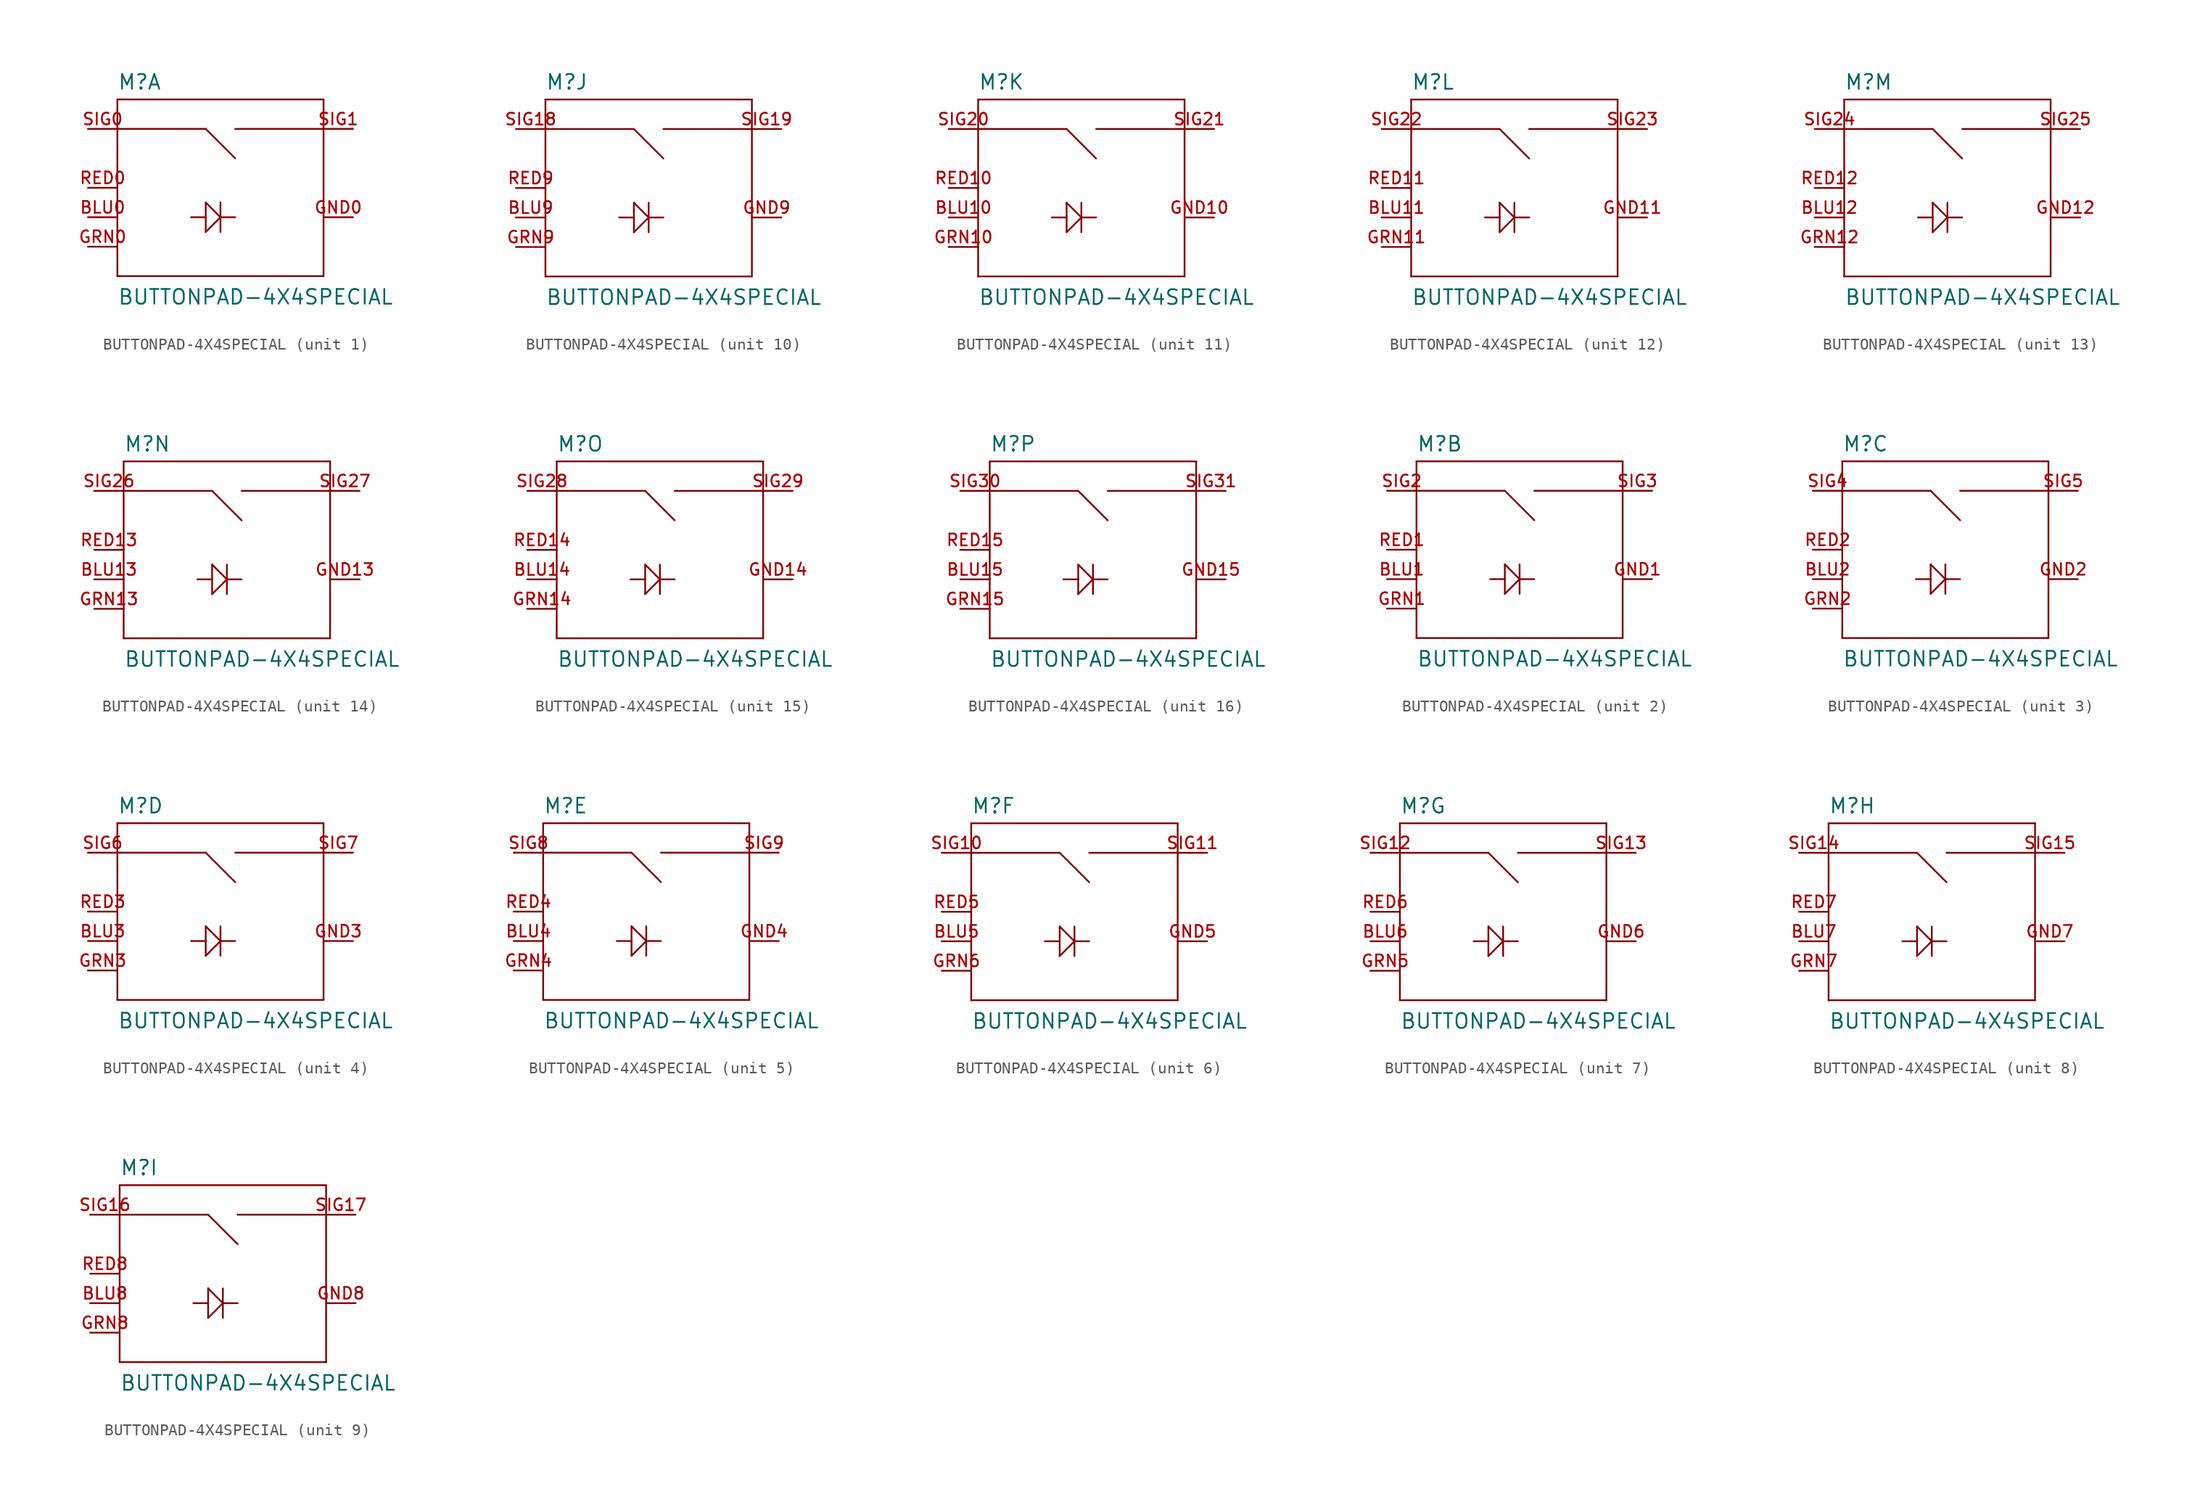
<source format=kicad_sym>
(kicad_symbol_lib
  (version 20220914)
  (generator kicad_symbol_editor)
  (symbol "BUTTONPAD-4X4SPECIAL"
    (pin_names
      (offset 1.016) hide)
    (property "Reference" "M"
      (at -7.62 8.382 0)
      (effects (font (size 1.27 1.27)) (justify left bottom)))
    (property "Value" "BUTTONPAD-4X4SPECIAL"
      (at -7.62 -10.16 0)
      (effects (font (size 1.27 1.27)) (justify left bottom)))
    (property "ki_locked" ""
      (at 0 0 0)
      (effects (font (size 1.27 1.27))))
    (symbol "BUTTONPAD-4X4SPECIAL_1_0"
      (polyline (pts (xy -7.62 -7.62) (xy -7.62 5.08)) (stroke (width 0) (type solid)) (fill (type none)))
      (polyline (pts (xy -7.62 5.08) (xy -7.62 7.62)) (stroke (width 0) (type solid)) (fill (type none)))
      (polyline (pts (xy -7.62 5.08) (xy 0 5.08)) (stroke (width 0) (type solid)) (fill (type none)))
      (polyline (pts (xy -7.62 7.62) (xy 10.16 7.62)) (stroke (width 0) (type solid)) (fill (type none)))
      (polyline (pts (xy 0 -3.81) (xy 1.27 -2.54)) (stroke (width 0) (type solid)) (fill (type none)))
      (polyline (pts (xy 0 -2.54) (xy -1.27 -2.54)) (stroke (width 0) (type solid)) (fill (type none)))
      (polyline (pts (xy 0 -2.54) (xy 0 -3.81)) (stroke (width 0) (type solid)) (fill (type none)))
      (polyline (pts (xy 0 -1.27) (xy 0 -2.54)) (stroke (width 0) (type solid)) (fill (type none)))
      (polyline (pts (xy 0 5.08) (xy 2.54 2.54)) (stroke (width 0) (type solid)) (fill (type none)))
      (polyline (pts (xy 1.27 -2.54) (xy 0 -1.27)) (stroke (width 0) (type solid)) (fill (type none)))
      (polyline (pts (xy 1.27 -2.54) (xy 1.27 -3.81)) (stroke (width 0) (type solid)) (fill (type none)))
      (polyline (pts (xy 1.27 -2.54) (xy 2.54 -2.54)) (stroke (width 0) (type solid)) (fill (type none)))
      (polyline (pts (xy 1.27 -1.27) (xy 1.27 -2.54)) (stroke (width 0) (type solid)) (fill (type none)))
      (polyline (pts (xy 2.54 5.08) (xy 10.16 5.08)) (stroke (width 0) (type solid)) (fill (type none)))
      (polyline (pts (xy 10.16 -7.62) (xy -7.62 -7.62)) (stroke (width 0) (type solid)) (fill (type none)))
      (polyline (pts (xy 10.16 5.08) (xy 10.16 -7.62)) (stroke (width 0) (type solid)) (fill (type none)))
      (polyline (pts (xy 10.16 7.62) (xy 10.16 5.08)) (stroke (width 0) (type solid)) (fill (type none))))
    (symbol "BUTTONPAD-4X4SPECIAL_1_1"
      (pin bidirectional line (at -10.16 -2.54 0) (length 2.54) (name "BLU" (effects (font (size 1.016 1.016)))) (number "BLU0" (effects (font (size 1.016 1.016)))))
      (pin bidirectional line (at 12.7 -2.54 180) (length 2.54) (name "GND" (effects (font (size 1.016 1.016)))) (number "GND0" (effects (font (size 1.016 1.016)))))
      (pin bidirectional line (at -10.16 -5.08 0) (length 2.54) (name "GRN" (effects (font (size 1.016 1.016)))) (number "GRN0" (effects (font (size 1.016 1.016)))))
      (pin bidirectional line (at -10.16 0 0) (length 2.54) (name "RED" (effects (font (size 1.016 1.016)))) (number "RED0" (effects (font (size 1.016 1.016)))))
      (pin bidirectional line (at -10.16 5.08 0) (length 2.54) (name "SIG1" (effects (font (size 1.016 1.016)))) (number "SIG0" (effects (font (size 1.016 1.016)))))
      (pin bidirectional line (at 12.7 5.08 180) (length 2.54) (name "SIG2" (effects (font (size 1.016 1.016)))) (number "SIG1" (effects (font (size 1.016 1.016))))))
    (symbol "BUTTONPAD-4X4SPECIAL_2_0"
      (polyline (pts (xy -7.62 -7.62) (xy -7.62 5.08)) (stroke (width 0) (type solid)) (fill (type none)))
      (polyline (pts (xy -7.62 5.08) (xy -7.62 7.62)) (stroke (width 0) (type solid)) (fill (type none)))
      (polyline (pts (xy -7.62 5.08) (xy 0 5.08)) (stroke (width 0) (type solid)) (fill (type none)))
      (polyline (pts (xy -7.62 7.62) (xy 10.16 7.62)) (stroke (width 0) (type solid)) (fill (type none)))
      (polyline (pts (xy 0 -3.81) (xy 1.27 -2.54)) (stroke (width 0) (type solid)) (fill (type none)))
      (polyline (pts (xy 0 -2.54) (xy -1.27 -2.54)) (stroke (width 0) (type solid)) (fill (type none)))
      (polyline (pts (xy 0 -2.54) (xy 0 -3.81)) (stroke (width 0) (type solid)) (fill (type none)))
      (polyline (pts (xy 0 -1.27) (xy 0 -2.54)) (stroke (width 0) (type solid)) (fill (type none)))
      (polyline (pts (xy 0 5.08) (xy 2.54 2.54)) (stroke (width 0) (type solid)) (fill (type none)))
      (polyline (pts (xy 1.27 -2.54) (xy 0 -1.27)) (stroke (width 0) (type solid)) (fill (type none)))
      (polyline (pts (xy 1.27 -2.54) (xy 1.27 -3.81)) (stroke (width 0) (type solid)) (fill (type none)))
      (polyline (pts (xy 1.27 -2.54) (xy 2.54 -2.54)) (stroke (width 0) (type solid)) (fill (type none)))
      (polyline (pts (xy 1.27 -1.27) (xy 1.27 -2.54)) (stroke (width 0) (type solid)) (fill (type none)))
      (polyline (pts (xy 2.54 5.08) (xy 10.16 5.08)) (stroke (width 0) (type solid)) (fill (type none)))
      (polyline (pts (xy 10.16 -7.62) (xy -7.62 -7.62)) (stroke (width 0) (type solid)) (fill (type none)))
      (polyline (pts (xy 10.16 5.08) (xy 10.16 -7.62)) (stroke (width 0) (type solid)) (fill (type none)))
      (polyline (pts (xy 10.16 7.62) (xy 10.16 5.08)) (stroke (width 0) (type solid)) (fill (type none))))
    (symbol "BUTTONPAD-4X4SPECIAL_2_1"
      (pin bidirectional line (at -10.16 -2.54 0) (length 2.54) (name "BLU" (effects (font (size 1.016 1.016)))) (number "BLU1" (effects (font (size 1.016 1.016)))))
      (pin bidirectional line (at 12.7 -2.54 180) (length 2.54) (name "GND" (effects (font (size 1.016 1.016)))) (number "GND1" (effects (font (size 1.016 1.016)))))
      (pin bidirectional line (at -10.16 -5.08 0) (length 2.54) (name "GRN" (effects (font (size 1.016 1.016)))) (number "GRN1" (effects (font (size 1.016 1.016)))))
      (pin bidirectional line (at -10.16 0 0) (length 2.54) (name "RED" (effects (font (size 1.016 1.016)))) (number "RED1" (effects (font (size 1.016 1.016)))))
      (pin bidirectional line (at -10.16 5.08 0) (length 2.54) (name "SIG1" (effects (font (size 1.016 1.016)))) (number "SIG2" (effects (font (size 1.016 1.016)))))
      (pin bidirectional line (at 12.7 5.08 180) (length 2.54) (name "SIG2" (effects (font (size 1.016 1.016)))) (number "SIG3" (effects (font (size 1.016 1.016))))))
    (symbol "BUTTONPAD-4X4SPECIAL_3_0"
      (polyline (pts (xy -7.62 -7.62) (xy -7.62 5.08)) (stroke (width 0) (type solid)) (fill (type none)))
      (polyline (pts (xy -7.62 5.08) (xy -7.62 7.62)) (stroke (width 0) (type solid)) (fill (type none)))
      (polyline (pts (xy -7.62 5.08) (xy 0 5.08)) (stroke (width 0) (type solid)) (fill (type none)))
      (polyline (pts (xy -7.62 7.62) (xy 10.16 7.62)) (stroke (width 0) (type solid)) (fill (type none)))
      (polyline (pts (xy 0 -3.81) (xy 1.27 -2.54)) (stroke (width 0) (type solid)) (fill (type none)))
      (polyline (pts (xy 0 -2.54) (xy -1.27 -2.54)) (stroke (width 0) (type solid)) (fill (type none)))
      (polyline (pts (xy 0 -2.54) (xy 0 -3.81)) (stroke (width 0) (type solid)) (fill (type none)))
      (polyline (pts (xy 0 -1.27) (xy 0 -2.54)) (stroke (width 0) (type solid)) (fill (type none)))
      (polyline (pts (xy 0 5.08) (xy 2.54 2.54)) (stroke (width 0) (type solid)) (fill (type none)))
      (polyline (pts (xy 1.27 -2.54) (xy 0 -1.27)) (stroke (width 0) (type solid)) (fill (type none)))
      (polyline (pts (xy 1.27 -2.54) (xy 1.27 -3.81)) (stroke (width 0) (type solid)) (fill (type none)))
      (polyline (pts (xy 1.27 -2.54) (xy 2.54 -2.54)) (stroke (width 0) (type solid)) (fill (type none)))
      (polyline (pts (xy 1.27 -1.27) (xy 1.27 -2.54)) (stroke (width 0) (type solid)) (fill (type none)))
      (polyline (pts (xy 2.54 5.08) (xy 10.16 5.08)) (stroke (width 0) (type solid)) (fill (type none)))
      (polyline (pts (xy 10.16 -7.62) (xy -7.62 -7.62)) (stroke (width 0) (type solid)) (fill (type none)))
      (polyline (pts (xy 10.16 5.08) (xy 10.16 -7.62)) (stroke (width 0) (type solid)) (fill (type none)))
      (polyline (pts (xy 10.16 7.62) (xy 10.16 5.08)) (stroke (width 0) (type solid)) (fill (type none))))
    (symbol "BUTTONPAD-4X4SPECIAL_3_1"
      (pin bidirectional line (at -10.16 -2.54 0) (length 2.54) (name "BLU" (effects (font (size 1.016 1.016)))) (number "BLU2" (effects (font (size 1.016 1.016)))))
      (pin bidirectional line (at 12.7 -2.54 180) (length 2.54) (name "GND" (effects (font (size 1.016 1.016)))) (number "GND2" (effects (font (size 1.016 1.016)))))
      (pin bidirectional line (at -10.16 -5.08 0) (length 2.54) (name "GRN" (effects (font (size 1.016 1.016)))) (number "GRN2" (effects (font (size 1.016 1.016)))))
      (pin bidirectional line (at -10.16 0 0) (length 2.54) (name "RED" (effects (font (size 1.016 1.016)))) (number "RED2" (effects (font (size 1.016 1.016)))))
      (pin bidirectional line (at -10.16 5.08 0) (length 2.54) (name "SIG1" (effects (font (size 1.016 1.016)))) (number "SIG4" (effects (font (size 1.016 1.016)))))
      (pin bidirectional line (at 12.7 5.08 180) (length 2.54) (name "SIG2" (effects (font (size 1.016 1.016)))) (number "SIG5" (effects (font (size 1.016 1.016))))))
    (symbol "BUTTONPAD-4X4SPECIAL_4_0"
      (polyline (pts (xy -7.62 -7.62) (xy -7.62 5.08)) (stroke (width 0) (type solid)) (fill (type none)))
      (polyline (pts (xy -7.62 5.08) (xy -7.62 7.62)) (stroke (width 0) (type solid)) (fill (type none)))
      (polyline (pts (xy -7.62 5.08) (xy 0 5.08)) (stroke (width 0) (type solid)) (fill (type none)))
      (polyline (pts (xy -7.62 7.62) (xy 10.16 7.62)) (stroke (width 0) (type solid)) (fill (type none)))
      (polyline (pts (xy 0 -3.81) (xy 1.27 -2.54)) (stroke (width 0) (type solid)) (fill (type none)))
      (polyline (pts (xy 0 -2.54) (xy -1.27 -2.54)) (stroke (width 0) (type solid)) (fill (type none)))
      (polyline (pts (xy 0 -2.54) (xy 0 -3.81)) (stroke (width 0) (type solid)) (fill (type none)))
      (polyline (pts (xy 0 -1.27) (xy 0 -2.54)) (stroke (width 0) (type solid)) (fill (type none)))
      (polyline (pts (xy 0 5.08) (xy 2.54 2.54)) (stroke (width 0) (type solid)) (fill (type none)))
      (polyline (pts (xy 1.27 -2.54) (xy 0 -1.27)) (stroke (width 0) (type solid)) (fill (type none)))
      (polyline (pts (xy 1.27 -2.54) (xy 1.27 -3.81)) (stroke (width 0) (type solid)) (fill (type none)))
      (polyline (pts (xy 1.27 -2.54) (xy 2.54 -2.54)) (stroke (width 0) (type solid)) (fill (type none)))
      (polyline (pts (xy 1.27 -1.27) (xy 1.27 -2.54)) (stroke (width 0) (type solid)) (fill (type none)))
      (polyline (pts (xy 2.54 5.08) (xy 10.16 5.08)) (stroke (width 0) (type solid)) (fill (type none)))
      (polyline (pts (xy 10.16 -7.62) (xy -7.62 -7.62)) (stroke (width 0) (type solid)) (fill (type none)))
      (polyline (pts (xy 10.16 5.08) (xy 10.16 -7.62)) (stroke (width 0) (type solid)) (fill (type none)))
      (polyline (pts (xy 10.16 7.62) (xy 10.16 5.08)) (stroke (width 0) (type solid)) (fill (type none))))
    (symbol "BUTTONPAD-4X4SPECIAL_4_1"
      (pin bidirectional line (at -10.16 -2.54 0) (length 2.54) (name "BLU" (effects (font (size 1.016 1.016)))) (number "BLU3" (effects (font (size 1.016 1.016)))))
      (pin bidirectional line (at 12.7 -2.54 180) (length 2.54) (name "GND" (effects (font (size 1.016 1.016)))) (number "GND3" (effects (font (size 1.016 1.016)))))
      (pin bidirectional line (at -10.16 -5.08 0) (length 2.54) (name "GRN" (effects (font (size 1.016 1.016)))) (number "GRN3" (effects (font (size 1.016 1.016)))))
      (pin bidirectional line (at -10.16 0 0) (length 2.54) (name "RED" (effects (font (size 1.016 1.016)))) (number "RED3" (effects (font (size 1.016 1.016)))))
      (pin bidirectional line (at -10.16 5.08 0) (length 2.54) (name "SIG1" (effects (font (size 1.016 1.016)))) (number "SIG6" (effects (font (size 1.016 1.016)))))
      (pin bidirectional line (at 12.7 5.08 180) (length 2.54) (name "SIG2" (effects (font (size 1.016 1.016)))) (number "SIG7" (effects (font (size 1.016 1.016))))))
    (symbol "BUTTONPAD-4X4SPECIAL_5_0"
      (polyline (pts (xy -7.62 -7.62) (xy -7.62 5.08)) (stroke (width 0) (type solid)) (fill (type none)))
      (polyline (pts (xy -7.62 5.08) (xy -7.62 7.62)) (stroke (width 0) (type solid)) (fill (type none)))
      (polyline (pts (xy -7.62 5.08) (xy 0 5.08)) (stroke (width 0) (type solid)) (fill (type none)))
      (polyline (pts (xy -7.62 7.62) (xy 10.16 7.62)) (stroke (width 0) (type solid)) (fill (type none)))
      (polyline (pts (xy 0 -3.81) (xy 1.27 -2.54)) (stroke (width 0) (type solid)) (fill (type none)))
      (polyline (pts (xy 0 -2.54) (xy -1.27 -2.54)) (stroke (width 0) (type solid)) (fill (type none)))
      (polyline (pts (xy 0 -2.54) (xy 0 -3.81)) (stroke (width 0) (type solid)) (fill (type none)))
      (polyline (pts (xy 0 -1.27) (xy 0 -2.54)) (stroke (width 0) (type solid)) (fill (type none)))
      (polyline (pts (xy 0 5.08) (xy 2.54 2.54)) (stroke (width 0) (type solid)) (fill (type none)))
      (polyline (pts (xy 1.27 -2.54) (xy 0 -1.27)) (stroke (width 0) (type solid)) (fill (type none)))
      (polyline (pts (xy 1.27 -2.54) (xy 1.27 -3.81)) (stroke (width 0) (type solid)) (fill (type none)))
      (polyline (pts (xy 1.27 -2.54) (xy 2.54 -2.54)) (stroke (width 0) (type solid)) (fill (type none)))
      (polyline (pts (xy 1.27 -1.27) (xy 1.27 -2.54)) (stroke (width 0) (type solid)) (fill (type none)))
      (polyline (pts (xy 2.54 5.08) (xy 10.16 5.08)) (stroke (width 0) (type solid)) (fill (type none)))
      (polyline (pts (xy 10.16 -7.62) (xy -7.62 -7.62)) (stroke (width 0) (type solid)) (fill (type none)))
      (polyline (pts (xy 10.16 5.08) (xy 10.16 -7.62)) (stroke (width 0) (type solid)) (fill (type none)))
      (polyline (pts (xy 10.16 7.62) (xy 10.16 5.08)) (stroke (width 0) (type solid)) (fill (type none))))
    (symbol "BUTTONPAD-4X4SPECIAL_5_1"
      (pin bidirectional line (at -10.16 -2.54 0) (length 2.54) (name "BLU" (effects (font (size 1.016 1.016)))) (number "BLU4" (effects (font (size 1.016 1.016)))))
      (pin bidirectional line (at 12.7 -2.54 180) (length 2.54) (name "GND" (effects (font (size 1.016 1.016)))) (number "GND4" (effects (font (size 1.016 1.016)))))
      (pin bidirectional line (at -10.16 -5.08 0) (length 2.54) (name "GRN" (effects (font (size 1.016 1.016)))) (number "GRN4" (effects (font (size 1.016 1.016)))))
      (pin bidirectional line (at -10.16 0 0) (length 2.54) (name "RED" (effects (font (size 1.016 1.016)))) (number "RED4" (effects (font (size 1.016 1.016)))))
      (pin bidirectional line (at -10.16 5.08 0) (length 2.54) (name "SIG1" (effects (font (size 1.016 1.016)))) (number "SIG8" (effects (font (size 1.016 1.016)))))
      (pin bidirectional line (at 12.7 5.08 180) (length 2.54) (name "SIG2" (effects (font (size 1.016 1.016)))) (number "SIG9" (effects (font (size 1.016 1.016))))))
    (symbol "BUTTONPAD-4X4SPECIAL_6_0"
      (polyline (pts (xy -7.62 -7.62) (xy -7.62 5.08)) (stroke (width 0) (type solid)) (fill (type none)))
      (polyline (pts (xy -7.62 5.08) (xy -7.62 7.62)) (stroke (width 0) (type solid)) (fill (type none)))
      (polyline (pts (xy -7.62 5.08) (xy 0 5.08)) (stroke (width 0) (type solid)) (fill (type none)))
      (polyline (pts (xy -7.62 7.62) (xy 10.16 7.62)) (stroke (width 0) (type solid)) (fill (type none)))
      (polyline (pts (xy 0 -3.81) (xy 1.27 -2.54)) (stroke (width 0) (type solid)) (fill (type none)))
      (polyline (pts (xy 0 -2.54) (xy -1.27 -2.54)) (stroke (width 0) (type solid)) (fill (type none)))
      (polyline (pts (xy 0 -2.54) (xy 0 -3.81)) (stroke (width 0) (type solid)) (fill (type none)))
      (polyline (pts (xy 0 -1.27) (xy 0 -2.54)) (stroke (width 0) (type solid)) (fill (type none)))
      (polyline (pts (xy 0 5.08) (xy 2.54 2.54)) (stroke (width 0) (type solid)) (fill (type none)))
      (polyline (pts (xy 1.27 -2.54) (xy 0 -1.27)) (stroke (width 0) (type solid)) (fill (type none)))
      (polyline (pts (xy 1.27 -2.54) (xy 1.27 -3.81)) (stroke (width 0) (type solid)) (fill (type none)))
      (polyline (pts (xy 1.27 -2.54) (xy 2.54 -2.54)) (stroke (width 0) (type solid)) (fill (type none)))
      (polyline (pts (xy 1.27 -1.27) (xy 1.27 -2.54)) (stroke (width 0) (type solid)) (fill (type none)))
      (polyline (pts (xy 2.54 5.08) (xy 10.16 5.08)) (stroke (width 0) (type solid)) (fill (type none)))
      (polyline (pts (xy 10.16 -7.62) (xy -7.62 -7.62)) (stroke (width 0) (type solid)) (fill (type none)))
      (polyline (pts (xy 10.16 5.08) (xy 10.16 -7.62)) (stroke (width 0) (type solid)) (fill (type none)))
      (polyline (pts (xy 10.16 7.62) (xy 10.16 5.08)) (stroke (width 0) (type solid)) (fill (type none))))
    (symbol "BUTTONPAD-4X4SPECIAL_6_1"
      (pin bidirectional line (at -10.16 -2.54 0) (length 2.54) (name "BLU" (effects (font (size 1.016 1.016)))) (number "BLU5" (effects (font (size 1.016 1.016)))))
      (pin bidirectional line (at 12.7 -2.54 180) (length 2.54) (name "GND" (effects (font (size 1.016 1.016)))) (number "GND5" (effects (font (size 1.016 1.016)))))
      (pin bidirectional line (at -10.16 -5.08 0) (length 2.54) (name "GRN" (effects (font (size 1.016 1.016)))) (number "GRN6" (effects (font (size 1.016 1.016)))))
      (pin bidirectional line (at -10.16 0 0) (length 2.54) (name "RED" (effects (font (size 1.016 1.016)))) (number "RED5" (effects (font (size 1.016 1.016)))))
      (pin bidirectional line (at -10.16 5.08 0) (length 2.54) (name "SIG1" (effects (font (size 1.016 1.016)))) (number "SIG10" (effects (font (size 1.016 1.016)))))
      (pin bidirectional line (at 12.7 5.08 180) (length 2.54) (name "SIG2" (effects (font (size 1.016 1.016)))) (number "SIG11" (effects (font (size 1.016 1.016))))))
    (symbol "BUTTONPAD-4X4SPECIAL_7_0"
      (polyline (pts (xy -7.62 -7.62) (xy -7.62 5.08)) (stroke (width 0) (type solid)) (fill (type none)))
      (polyline (pts (xy -7.62 5.08) (xy -7.62 7.62)) (stroke (width 0) (type solid)) (fill (type none)))
      (polyline (pts (xy -7.62 5.08) (xy 0 5.08)) (stroke (width 0) (type solid)) (fill (type none)))
      (polyline (pts (xy -7.62 7.62) (xy 10.16 7.62)) (stroke (width 0) (type solid)) (fill (type none)))
      (polyline (pts (xy 0 -3.81) (xy 1.27 -2.54)) (stroke (width 0) (type solid)) (fill (type none)))
      (polyline (pts (xy 0 -2.54) (xy -1.27 -2.54)) (stroke (width 0) (type solid)) (fill (type none)))
      (polyline (pts (xy 0 -2.54) (xy 0 -3.81)) (stroke (width 0) (type solid)) (fill (type none)))
      (polyline (pts (xy 0 -1.27) (xy 0 -2.54)) (stroke (width 0) (type solid)) (fill (type none)))
      (polyline (pts (xy 0 5.08) (xy 2.54 2.54)) (stroke (width 0) (type solid)) (fill (type none)))
      (polyline (pts (xy 1.27 -2.54) (xy 0 -1.27)) (stroke (width 0) (type solid)) (fill (type none)))
      (polyline (pts (xy 1.27 -2.54) (xy 1.27 -3.81)) (stroke (width 0) (type solid)) (fill (type none)))
      (polyline (pts (xy 1.27 -2.54) (xy 2.54 -2.54)) (stroke (width 0) (type solid)) (fill (type none)))
      (polyline (pts (xy 1.27 -1.27) (xy 1.27 -2.54)) (stroke (width 0) (type solid)) (fill (type none)))
      (polyline (pts (xy 2.54 5.08) (xy 10.16 5.08)) (stroke (width 0) (type solid)) (fill (type none)))
      (polyline (pts (xy 10.16 -7.62) (xy -7.62 -7.62)) (stroke (width 0) (type solid)) (fill (type none)))
      (polyline (pts (xy 10.16 5.08) (xy 10.16 -7.62)) (stroke (width 0) (type solid)) (fill (type none)))
      (polyline (pts (xy 10.16 7.62) (xy 10.16 5.08)) (stroke (width 0) (type solid)) (fill (type none))))
    (symbol "BUTTONPAD-4X4SPECIAL_7_1"
      (pin bidirectional line (at -10.16 -2.54 0) (length 2.54) (name "BLU" (effects (font (size 1.016 1.016)))) (number "BLU6" (effects (font (size 1.016 1.016)))))
      (pin bidirectional line (at 12.7 -2.54 180) (length 2.54) (name "GND" (effects (font (size 1.016 1.016)))) (number "GND6" (effects (font (size 1.016 1.016)))))
      (pin bidirectional line (at -10.16 -5.08 0) (length 2.54) (name "GRN" (effects (font (size 1.016 1.016)))) (number "GRN5" (effects (font (size 1.016 1.016)))))
      (pin bidirectional line (at -10.16 0 0) (length 2.54) (name "RED" (effects (font (size 1.016 1.016)))) (number "RED6" (effects (font (size 1.016 1.016)))))
      (pin bidirectional line (at -10.16 5.08 0) (length 2.54) (name "SIG1" (effects (font (size 1.016 1.016)))) (number "SIG12" (effects (font (size 1.016 1.016)))))
      (pin bidirectional line (at 12.7 5.08 180) (length 2.54) (name "SIG2" (effects (font (size 1.016 1.016)))) (number "SIG13" (effects (font (size 1.016 1.016))))))
    (symbol "BUTTONPAD-4X4SPECIAL_8_0"
      (polyline (pts (xy -7.62 -7.62) (xy -7.62 5.08)) (stroke (width 0) (type solid)) (fill (type none)))
      (polyline (pts (xy -7.62 5.08) (xy -7.62 7.62)) (stroke (width 0) (type solid)) (fill (type none)))
      (polyline (pts (xy -7.62 5.08) (xy 0 5.08)) (stroke (width 0) (type solid)) (fill (type none)))
      (polyline (pts (xy -7.62 7.62) (xy 10.16 7.62)) (stroke (width 0) (type solid)) (fill (type none)))
      (polyline (pts (xy 0 -3.81) (xy 1.27 -2.54)) (stroke (width 0) (type solid)) (fill (type none)))
      (polyline (pts (xy 0 -2.54) (xy -1.27 -2.54)) (stroke (width 0) (type solid)) (fill (type none)))
      (polyline (pts (xy 0 -2.54) (xy 0 -3.81)) (stroke (width 0) (type solid)) (fill (type none)))
      (polyline (pts (xy 0 -1.27) (xy 0 -2.54)) (stroke (width 0) (type solid)) (fill (type none)))
      (polyline (pts (xy 0 5.08) (xy 2.54 2.54)) (stroke (width 0) (type solid)) (fill (type none)))
      (polyline (pts (xy 1.27 -2.54) (xy 0 -1.27)) (stroke (width 0) (type solid)) (fill (type none)))
      (polyline (pts (xy 1.27 -2.54) (xy 1.27 -3.81)) (stroke (width 0) (type solid)) (fill (type none)))
      (polyline (pts (xy 1.27 -2.54) (xy 2.54 -2.54)) (stroke (width 0) (type solid)) (fill (type none)))
      (polyline (pts (xy 1.27 -1.27) (xy 1.27 -2.54)) (stroke (width 0) (type solid)) (fill (type none)))
      (polyline (pts (xy 2.54 5.08) (xy 10.16 5.08)) (stroke (width 0) (type solid)) (fill (type none)))
      (polyline (pts (xy 10.16 -7.62) (xy -7.62 -7.62)) (stroke (width 0) (type solid)) (fill (type none)))
      (polyline (pts (xy 10.16 5.08) (xy 10.16 -7.62)) (stroke (width 0) (type solid)) (fill (type none)))
      (polyline (pts (xy 10.16 7.62) (xy 10.16 5.08)) (stroke (width 0) (type solid)) (fill (type none))))
    (symbol "BUTTONPAD-4X4SPECIAL_8_1"
      (pin bidirectional line (at -10.16 -2.54 0) (length 2.54) (name "BLU" (effects (font (size 1.016 1.016)))) (number "BLU7" (effects (font (size 1.016 1.016)))))
      (pin bidirectional line (at 12.7 -2.54 180) (length 2.54) (name "GND" (effects (font (size 1.016 1.016)))) (number "GND7" (effects (font (size 1.016 1.016)))))
      (pin bidirectional line (at -10.16 -5.08 0) (length 2.54) (name "GRN" (effects (font (size 1.016 1.016)))) (number "GRN7" (effects (font (size 1.016 1.016)))))
      (pin bidirectional line (at -10.16 0 0) (length 2.54) (name "RED" (effects (font (size 1.016 1.016)))) (number "RED7" (effects (font (size 1.016 1.016)))))
      (pin bidirectional line (at -10.16 5.08 0) (length 2.54) (name "SIG1" (effects (font (size 1.016 1.016)))) (number "SIG14" (effects (font (size 1.016 1.016)))))
      (pin bidirectional line (at 12.7 5.08 180) (length 2.54) (name "SIG2" (effects (font (size 1.016 1.016)))) (number "SIG15" (effects (font (size 1.016 1.016))))))
    (symbol "BUTTONPAD-4X4SPECIAL_9_0"
      (polyline (pts (xy -7.62 -7.62) (xy -7.62 5.08)) (stroke (width 0) (type solid)) (fill (type none)))
      (polyline (pts (xy -7.62 5.08) (xy -7.62 7.62)) (stroke (width 0) (type solid)) (fill (type none)))
      (polyline (pts (xy -7.62 5.08) (xy 0 5.08)) (stroke (width 0) (type solid)) (fill (type none)))
      (polyline (pts (xy -7.62 7.62) (xy 10.16 7.62)) (stroke (width 0) (type solid)) (fill (type none)))
      (polyline (pts (xy 0 -3.81) (xy 1.27 -2.54)) (stroke (width 0) (type solid)) (fill (type none)))
      (polyline (pts (xy 0 -2.54) (xy -1.27 -2.54)) (stroke (width 0) (type solid)) (fill (type none)))
      (polyline (pts (xy 0 -2.54) (xy 0 -3.81)) (stroke (width 0) (type solid)) (fill (type none)))
      (polyline (pts (xy 0 -1.27) (xy 0 -2.54)) (stroke (width 0) (type solid)) (fill (type none)))
      (polyline (pts (xy 0 5.08) (xy 2.54 2.54)) (stroke (width 0) (type solid)) (fill (type none)))
      (polyline (pts (xy 1.27 -2.54) (xy 0 -1.27)) (stroke (width 0) (type solid)) (fill (type none)))
      (polyline (pts (xy 1.27 -2.54) (xy 1.27 -3.81)) (stroke (width 0) (type solid)) (fill (type none)))
      (polyline (pts (xy 1.27 -2.54) (xy 2.54 -2.54)) (stroke (width 0) (type solid)) (fill (type none)))
      (polyline (pts (xy 1.27 -1.27) (xy 1.27 -2.54)) (stroke (width 0) (type solid)) (fill (type none)))
      (polyline (pts (xy 2.54 5.08) (xy 10.16 5.08)) (stroke (width 0) (type solid)) (fill (type none)))
      (polyline (pts (xy 10.16 -7.62) (xy -7.62 -7.62)) (stroke (width 0) (type solid)) (fill (type none)))
      (polyline (pts (xy 10.16 5.08) (xy 10.16 -7.62)) (stroke (width 0) (type solid)) (fill (type none)))
      (polyline (pts (xy 10.16 7.62) (xy 10.16 5.08)) (stroke (width 0) (type solid)) (fill (type none))))
    (symbol "BUTTONPAD-4X4SPECIAL_9_1"
      (pin bidirectional line (at -10.16 -2.54 0) (length 2.54) (name "BLU" (effects (font (size 1.016 1.016)))) (number "BLU8" (effects (font (size 1.016 1.016)))))
      (pin bidirectional line (at 12.7 -2.54 180) (length 2.54) (name "GND" (effects (font (size 1.016 1.016)))) (number "GND8" (effects (font (size 1.016 1.016)))))
      (pin bidirectional line (at -10.16 -5.08 0) (length 2.54) (name "GRN" (effects (font (size 1.016 1.016)))) (number "GRN8" (effects (font (size 1.016 1.016)))))
      (pin bidirectional line (at -10.16 0 0) (length 2.54) (name "RED" (effects (font (size 1.016 1.016)))) (number "RED8" (effects (font (size 1.016 1.016)))))
      (pin bidirectional line (at -10.16 5.08 0) (length 2.54) (name "SIG1" (effects (font (size 1.016 1.016)))) (number "SIG16" (effects (font (size 1.016 1.016)))))
      (pin bidirectional line (at 12.7 5.08 180) (length 2.54) (name "SIG2" (effects (font (size 1.016 1.016)))) (number "SIG17" (effects (font (size 1.016 1.016))))))
    (symbol "BUTTONPAD-4X4SPECIAL_10_0"
      (polyline (pts (xy -7.62 -7.62) (xy -7.62 5.08)) (stroke (width 0) (type solid)) (fill (type none)))
      (polyline (pts (xy -7.62 5.08) (xy -7.62 7.62)) (stroke (width 0) (type solid)) (fill (type none)))
      (polyline (pts (xy -7.62 5.08) (xy 0 5.08)) (stroke (width 0) (type solid)) (fill (type none)))
      (polyline (pts (xy -7.62 7.62) (xy 10.16 7.62)) (stroke (width 0) (type solid)) (fill (type none)))
      (polyline (pts (xy 0 -3.81) (xy 1.27 -2.54)) (stroke (width 0) (type solid)) (fill (type none)))
      (polyline (pts (xy 0 -2.54) (xy -1.27 -2.54)) (stroke (width 0) (type solid)) (fill (type none)))
      (polyline (pts (xy 0 -2.54) (xy 0 -3.81)) (stroke (width 0) (type solid)) (fill (type none)))
      (polyline (pts (xy 0 -1.27) (xy 0 -2.54)) (stroke (width 0) (type solid)) (fill (type none)))
      (polyline (pts (xy 0 5.08) (xy 2.54 2.54)) (stroke (width 0) (type solid)) (fill (type none)))
      (polyline (pts (xy 1.27 -2.54) (xy 0 -1.27)) (stroke (width 0) (type solid)) (fill (type none)))
      (polyline (pts (xy 1.27 -2.54) (xy 1.27 -3.81)) (stroke (width 0) (type solid)) (fill (type none)))
      (polyline (pts (xy 1.27 -2.54) (xy 2.54 -2.54)) (stroke (width 0) (type solid)) (fill (type none)))
      (polyline (pts (xy 1.27 -1.27) (xy 1.27 -2.54)) (stroke (width 0) (type solid)) (fill (type none)))
      (polyline (pts (xy 2.54 5.08) (xy 10.16 5.08)) (stroke (width 0) (type solid)) (fill (type none)))
      (polyline (pts (xy 10.16 -7.62) (xy -7.62 -7.62)) (stroke (width 0) (type solid)) (fill (type none)))
      (polyline (pts (xy 10.16 5.08) (xy 10.16 -7.62)) (stroke (width 0) (type solid)) (fill (type none)))
      (polyline (pts (xy 10.16 7.62) (xy 10.16 5.08)) (stroke (width 0) (type solid)) (fill (type none))))
    (symbol "BUTTONPAD-4X4SPECIAL_10_1"
      (pin bidirectional line (at -10.16 -2.54 0) (length 2.54) (name "BLU" (effects (font (size 1.016 1.016)))) (number "BLU9" (effects (font (size 1.016 1.016)))))
      (pin bidirectional line (at 12.7 -2.54 180) (length 2.54) (name "GND" (effects (font (size 1.016 1.016)))) (number "GND9" (effects (font (size 1.016 1.016)))))
      (pin bidirectional line (at -10.16 -5.08 0) (length 2.54) (name "GRN" (effects (font (size 1.016 1.016)))) (number "GRN9" (effects (font (size 1.016 1.016)))))
      (pin bidirectional line (at -10.16 0 0) (length 2.54) (name "RED" (effects (font (size 1.016 1.016)))) (number "RED9" (effects (font (size 1.016 1.016)))))
      (pin bidirectional line (at -10.16 5.08 0) (length 2.54) (name "SIG1" (effects (font (size 1.016 1.016)))) (number "SIG18" (effects (font (size 1.016 1.016)))))
      (pin bidirectional line (at 12.7 5.08 180) (length 2.54) (name "SIG2" (effects (font (size 1.016 1.016)))) (number "SIG19" (effects (font (size 1.016 1.016))))))
    (symbol "BUTTONPAD-4X4SPECIAL_11_0"
      (polyline (pts (xy -7.62 -7.62) (xy -7.62 5.08)) (stroke (width 0) (type solid)) (fill (type none)))
      (polyline (pts (xy -7.62 5.08) (xy -7.62 7.62)) (stroke (width 0) (type solid)) (fill (type none)))
      (polyline (pts (xy -7.62 5.08) (xy 0 5.08)) (stroke (width 0) (type solid)) (fill (type none)))
      (polyline (pts (xy -7.62 7.62) (xy 10.16 7.62)) (stroke (width 0) (type solid)) (fill (type none)))
      (polyline (pts (xy 0 -3.81) (xy 1.27 -2.54)) (stroke (width 0) (type solid)) (fill (type none)))
      (polyline (pts (xy 0 -2.54) (xy -1.27 -2.54)) (stroke (width 0) (type solid)) (fill (type none)))
      (polyline (pts (xy 0 -2.54) (xy 0 -3.81)) (stroke (width 0) (type solid)) (fill (type none)))
      (polyline (pts (xy 0 -1.27) (xy 0 -2.54)) (stroke (width 0) (type solid)) (fill (type none)))
      (polyline (pts (xy 0 5.08) (xy 2.54 2.54)) (stroke (width 0) (type solid)) (fill (type none)))
      (polyline (pts (xy 1.27 -2.54) (xy 0 -1.27)) (stroke (width 0) (type solid)) (fill (type none)))
      (polyline (pts (xy 1.27 -2.54) (xy 1.27 -3.81)) (stroke (width 0) (type solid)) (fill (type none)))
      (polyline (pts (xy 1.27 -2.54) (xy 2.54 -2.54)) (stroke (width 0) (type solid)) (fill (type none)))
      (polyline (pts (xy 1.27 -1.27) (xy 1.27 -2.54)) (stroke (width 0) (type solid)) (fill (type none)))
      (polyline (pts (xy 2.54 5.08) (xy 10.16 5.08)) (stroke (width 0) (type solid)) (fill (type none)))
      (polyline (pts (xy 10.16 -7.62) (xy -7.62 -7.62)) (stroke (width 0) (type solid)) (fill (type none)))
      (polyline (pts (xy 10.16 5.08) (xy 10.16 -7.62)) (stroke (width 0) (type solid)) (fill (type none)))
      (polyline (pts (xy 10.16 7.62) (xy 10.16 5.08)) (stroke (width 0) (type solid)) (fill (type none))))
    (symbol "BUTTONPAD-4X4SPECIAL_11_1"
      (pin bidirectional line (at -10.16 -2.54 0) (length 2.54) (name "BLU" (effects (font (size 1.016 1.016)))) (number "BLU10" (effects (font (size 1.016 1.016)))))
      (pin bidirectional line (at 12.7 -2.54 180) (length 2.54) (name "GND" (effects (font (size 1.016 1.016)))) (number "GND10" (effects (font (size 1.016 1.016)))))
      (pin bidirectional line (at -10.16 -5.08 0) (length 2.54) (name "GRN" (effects (font (size 1.016 1.016)))) (number "GRN10" (effects (font (size 1.016 1.016)))))
      (pin bidirectional line (at -10.16 0 0) (length 2.54) (name "RED" (effects (font (size 1.016 1.016)))) (number "RED10" (effects (font (size 1.016 1.016)))))
      (pin bidirectional line (at -10.16 5.08 0) (length 2.54) (name "SIG1" (effects (font (size 1.016 1.016)))) (number "SIG20" (effects (font (size 1.016 1.016)))))
      (pin bidirectional line (at 12.7 5.08 180) (length 2.54) (name "SIG2" (effects (font (size 1.016 1.016)))) (number "SIG21" (effects (font (size 1.016 1.016))))))
    (symbol "BUTTONPAD-4X4SPECIAL_12_0"
      (polyline (pts (xy -7.62 -7.62) (xy -7.62 5.08)) (stroke (width 0) (type solid)) (fill (type none)))
      (polyline (pts (xy -7.62 5.08) (xy -7.62 7.62)) (stroke (width 0) (type solid)) (fill (type none)))
      (polyline (pts (xy -7.62 5.08) (xy 0 5.08)) (stroke (width 0) (type solid)) (fill (type none)))
      (polyline (pts (xy -7.62 7.62) (xy 10.16 7.62)) (stroke (width 0) (type solid)) (fill (type none)))
      (polyline (pts (xy 0 -3.81) (xy 1.27 -2.54)) (stroke (width 0) (type solid)) (fill (type none)))
      (polyline (pts (xy 0 -2.54) (xy -1.27 -2.54)) (stroke (width 0) (type solid)) (fill (type none)))
      (polyline (pts (xy 0 -2.54) (xy 0 -3.81)) (stroke (width 0) (type solid)) (fill (type none)))
      (polyline (pts (xy 0 -1.27) (xy 0 -2.54)) (stroke (width 0) (type solid)) (fill (type none)))
      (polyline (pts (xy 0 5.08) (xy 2.54 2.54)) (stroke (width 0) (type solid)) (fill (type none)))
      (polyline (pts (xy 1.27 -2.54) (xy 0 -1.27)) (stroke (width 0) (type solid)) (fill (type none)))
      (polyline (pts (xy 1.27 -2.54) (xy 1.27 -3.81)) (stroke (width 0) (type solid)) (fill (type none)))
      (polyline (pts (xy 1.27 -2.54) (xy 2.54 -2.54)) (stroke (width 0) (type solid)) (fill (type none)))
      (polyline (pts (xy 1.27 -1.27) (xy 1.27 -2.54)) (stroke (width 0) (type solid)) (fill (type none)))
      (polyline (pts (xy 2.54 5.08) (xy 10.16 5.08)) (stroke (width 0) (type solid)) (fill (type none)))
      (polyline (pts (xy 10.16 -7.62) (xy -7.62 -7.62)) (stroke (width 0) (type solid)) (fill (type none)))
      (polyline (pts (xy 10.16 5.08) (xy 10.16 -7.62)) (stroke (width 0) (type solid)) (fill (type none)))
      (polyline (pts (xy 10.16 7.62) (xy 10.16 5.08)) (stroke (width 0) (type solid)) (fill (type none))))
    (symbol "BUTTONPAD-4X4SPECIAL_12_1"
      (pin bidirectional line (at -10.16 -2.54 0) (length 2.54) (name "BLU" (effects (font (size 1.016 1.016)))) (number "BLU11" (effects (font (size 1.016 1.016)))))
      (pin bidirectional line (at 12.7 -2.54 180) (length 2.54) (name "GND" (effects (font (size 1.016 1.016)))) (number "GND11" (effects (font (size 1.016 1.016)))))
      (pin bidirectional line (at -10.16 -5.08 0) (length 2.54) (name "GRN" (effects (font (size 1.016 1.016)))) (number "GRN11" (effects (font (size 1.016 1.016)))))
      (pin bidirectional line (at -10.16 0 0) (length 2.54) (name "RED" (effects (font (size 1.016 1.016)))) (number "RED11" (effects (font (size 1.016 1.016)))))
      (pin bidirectional line (at -10.16 5.08 0) (length 2.54) (name "SIG1" (effects (font (size 1.016 1.016)))) (number "SIG22" (effects (font (size 1.016 1.016)))))
      (pin bidirectional line (at 12.7 5.08 180) (length 2.54) (name "SIG2" (effects (font (size 1.016 1.016)))) (number "SIG23" (effects (font (size 1.016 1.016))))))
    (symbol "BUTTONPAD-4X4SPECIAL_13_0"
      (polyline (pts (xy -7.62 -7.62) (xy -7.62 5.08)) (stroke (width 0) (type solid)) (fill (type none)))
      (polyline (pts (xy -7.62 5.08) (xy -7.62 7.62)) (stroke (width 0) (type solid)) (fill (type none)))
      (polyline (pts (xy -7.62 5.08) (xy 0 5.08)) (stroke (width 0) (type solid)) (fill (type none)))
      (polyline (pts (xy -7.62 7.62) (xy 10.16 7.62)) (stroke (width 0) (type solid)) (fill (type none)))
      (polyline (pts (xy 0 -3.81) (xy 1.27 -2.54)) (stroke (width 0) (type solid)) (fill (type none)))
      (polyline (pts (xy 0 -2.54) (xy -1.27 -2.54)) (stroke (width 0) (type solid)) (fill (type none)))
      (polyline (pts (xy 0 -2.54) (xy 0 -3.81)) (stroke (width 0) (type solid)) (fill (type none)))
      (polyline (pts (xy 0 -1.27) (xy 0 -2.54)) (stroke (width 0) (type solid)) (fill (type none)))
      (polyline (pts (xy 0 5.08) (xy 2.54 2.54)) (stroke (width 0) (type solid)) (fill (type none)))
      (polyline (pts (xy 1.27 -2.54) (xy 0 -1.27)) (stroke (width 0) (type solid)) (fill (type none)))
      (polyline (pts (xy 1.27 -2.54) (xy 1.27 -3.81)) (stroke (width 0) (type solid)) (fill (type none)))
      (polyline (pts (xy 1.27 -2.54) (xy 2.54 -2.54)) (stroke (width 0) (type solid)) (fill (type none)))
      (polyline (pts (xy 1.27 -1.27) (xy 1.27 -2.54)) (stroke (width 0) (type solid)) (fill (type none)))
      (polyline (pts (xy 2.54 5.08) (xy 10.16 5.08)) (stroke (width 0) (type solid)) (fill (type none)))
      (polyline (pts (xy 10.16 -7.62) (xy -7.62 -7.62)) (stroke (width 0) (type solid)) (fill (type none)))
      (polyline (pts (xy 10.16 5.08) (xy 10.16 -7.62)) (stroke (width 0) (type solid)) (fill (type none)))
      (polyline (pts (xy 10.16 7.62) (xy 10.16 5.08)) (stroke (width 0) (type solid)) (fill (type none))))
    (symbol "BUTTONPAD-4X4SPECIAL_13_1"
      (pin bidirectional line (at -10.16 -2.54 0) (length 2.54) (name "BLU" (effects (font (size 1.016 1.016)))) (number "BLU12" (effects (font (size 1.016 1.016)))))
      (pin bidirectional line (at 12.7 -2.54 180) (length 2.54) (name "GND" (effects (font (size 1.016 1.016)))) (number "GND12" (effects (font (size 1.016 1.016)))))
      (pin bidirectional line (at -10.16 -5.08 0) (length 2.54) (name "GRN" (effects (font (size 1.016 1.016)))) (number "GRN12" (effects (font (size 1.016 1.016)))))
      (pin bidirectional line (at -10.16 0 0) (length 2.54) (name "RED" (effects (font (size 1.016 1.016)))) (number "RED12" (effects (font (size 1.016 1.016)))))
      (pin bidirectional line (at -10.16 5.08 0) (length 2.54) (name "SIG1" (effects (font (size 1.016 1.016)))) (number "SIG24" (effects (font (size 1.016 1.016)))))
      (pin bidirectional line (at 12.7 5.08 180) (length 2.54) (name "SIG2" (effects (font (size 1.016 1.016)))) (number "SIG25" (effects (font (size 1.016 1.016))))))
    (symbol "BUTTONPAD-4X4SPECIAL_14_0"
      (polyline (pts (xy -7.62 -7.62) (xy -7.62 5.08)) (stroke (width 0) (type solid)) (fill (type none)))
      (polyline (pts (xy -7.62 5.08) (xy -7.62 7.62)) (stroke (width 0) (type solid)) (fill (type none)))
      (polyline (pts (xy -7.62 5.08) (xy 0 5.08)) (stroke (width 0) (type solid)) (fill (type none)))
      (polyline (pts (xy -7.62 7.62) (xy 10.16 7.62)) (stroke (width 0) (type solid)) (fill (type none)))
      (polyline (pts (xy 0 -3.81) (xy 1.27 -2.54)) (stroke (width 0) (type solid)) (fill (type none)))
      (polyline (pts (xy 0 -2.54) (xy -1.27 -2.54)) (stroke (width 0) (type solid)) (fill (type none)))
      (polyline (pts (xy 0 -2.54) (xy 0 -3.81)) (stroke (width 0) (type solid)) (fill (type none)))
      (polyline (pts (xy 0 -1.27) (xy 0 -2.54)) (stroke (width 0) (type solid)) (fill (type none)))
      (polyline (pts (xy 0 5.08) (xy 2.54 2.54)) (stroke (width 0) (type solid)) (fill (type none)))
      (polyline (pts (xy 1.27 -2.54) (xy 0 -1.27)) (stroke (width 0) (type solid)) (fill (type none)))
      (polyline (pts (xy 1.27 -2.54) (xy 1.27 -3.81)) (stroke (width 0) (type solid)) (fill (type none)))
      (polyline (pts (xy 1.27 -2.54) (xy 2.54 -2.54)) (stroke (width 0) (type solid)) (fill (type none)))
      (polyline (pts (xy 1.27 -1.27) (xy 1.27 -2.54)) (stroke (width 0) (type solid)) (fill (type none)))
      (polyline (pts (xy 2.54 5.08) (xy 10.16 5.08)) (stroke (width 0) (type solid)) (fill (type none)))
      (polyline (pts (xy 10.16 -7.62) (xy -7.62 -7.62)) (stroke (width 0) (type solid)) (fill (type none)))
      (polyline (pts (xy 10.16 5.08) (xy 10.16 -7.62)) (stroke (width 0) (type solid)) (fill (type none)))
      (polyline (pts (xy 10.16 7.62) (xy 10.16 5.08)) (stroke (width 0) (type solid)) (fill (type none))))
    (symbol "BUTTONPAD-4X4SPECIAL_14_1"
      (pin bidirectional line (at -10.16 -2.54 0) (length 2.54) (name "BLU" (effects (font (size 1.016 1.016)))) (number "BLU13" (effects (font (size 1.016 1.016)))))
      (pin bidirectional line (at 12.7 -2.54 180) (length 2.54) (name "GND" (effects (font (size 1.016 1.016)))) (number "GND13" (effects (font (size 1.016 1.016)))))
      (pin bidirectional line (at -10.16 -5.08 0) (length 2.54) (name "GRN" (effects (font (size 1.016 1.016)))) (number "GRN13" (effects (font (size 1.016 1.016)))))
      (pin bidirectional line (at -10.16 0 0) (length 2.54) (name "RED" (effects (font (size 1.016 1.016)))) (number "RED13" (effects (font (size 1.016 1.016)))))
      (pin bidirectional line (at -10.16 5.08 0) (length 2.54) (name "SIG1" (effects (font (size 1.016 1.016)))) (number "SIG26" (effects (font (size 1.016 1.016)))))
      (pin bidirectional line (at 12.7 5.08 180) (length 2.54) (name "SIG2" (effects (font (size 1.016 1.016)))) (number "SIG27" (effects (font (size 1.016 1.016))))))
    (symbol "BUTTONPAD-4X4SPECIAL_15_0"
      (polyline (pts (xy -7.62 -7.62) (xy -7.62 5.08)) (stroke (width 0) (type solid)) (fill (type none)))
      (polyline (pts (xy -7.62 5.08) (xy -7.62 7.62)) (stroke (width 0) (type solid)) (fill (type none)))
      (polyline (pts (xy -7.62 5.08) (xy 0 5.08)) (stroke (width 0) (type solid)) (fill (type none)))
      (polyline (pts (xy -7.62 7.62) (xy 10.16 7.62)) (stroke (width 0) (type solid)) (fill (type none)))
      (polyline (pts (xy 0 -3.81) (xy 1.27 -2.54)) (stroke (width 0) (type solid)) (fill (type none)))
      (polyline (pts (xy 0 -2.54) (xy -1.27 -2.54)) (stroke (width 0) (type solid)) (fill (type none)))
      (polyline (pts (xy 0 -2.54) (xy 0 -3.81)) (stroke (width 0) (type solid)) (fill (type none)))
      (polyline (pts (xy 0 -1.27) (xy 0 -2.54)) (stroke (width 0) (type solid)) (fill (type none)))
      (polyline (pts (xy 0 5.08) (xy 2.54 2.54)) (stroke (width 0) (type solid)) (fill (type none)))
      (polyline (pts (xy 1.27 -2.54) (xy 0 -1.27)) (stroke (width 0) (type solid)) (fill (type none)))
      (polyline (pts (xy 1.27 -2.54) (xy 1.27 -3.81)) (stroke (width 0) (type solid)) (fill (type none)))
      (polyline (pts (xy 1.27 -2.54) (xy 2.54 -2.54)) (stroke (width 0) (type solid)) (fill (type none)))
      (polyline (pts (xy 1.27 -1.27) (xy 1.27 -2.54)) (stroke (width 0) (type solid)) (fill (type none)))
      (polyline (pts (xy 2.54 5.08) (xy 10.16 5.08)) (stroke (width 0) (type solid)) (fill (type none)))
      (polyline (pts (xy 10.16 -7.62) (xy -7.62 -7.62)) (stroke (width 0) (type solid)) (fill (type none)))
      (polyline (pts (xy 10.16 5.08) (xy 10.16 -7.62)) (stroke (width 0) (type solid)) (fill (type none)))
      (polyline (pts (xy 10.16 7.62) (xy 10.16 5.08)) (stroke (width 0) (type solid)) (fill (type none))))
    (symbol "BUTTONPAD-4X4SPECIAL_15_1"
      (pin bidirectional line (at -10.16 -2.54 0) (length 2.54) (name "BLU" (effects (font (size 1.016 1.016)))) (number "BLU14" (effects (font (size 1.016 1.016)))))
      (pin bidirectional line (at 12.7 -2.54 180) (length 2.54) (name "GND" (effects (font (size 1.016 1.016)))) (number "GND14" (effects (font (size 1.016 1.016)))))
      (pin bidirectional line (at -10.16 -5.08 0) (length 2.54) (name "GRN" (effects (font (size 1.016 1.016)))) (number "GRN14" (effects (font (size 1.016 1.016)))))
      (pin bidirectional line (at -10.16 0 0) (length 2.54) (name "RED" (effects (font (size 1.016 1.016)))) (number "RED14" (effects (font (size 1.016 1.016)))))
      (pin bidirectional line (at -10.16 5.08 0) (length 2.54) (name "SIG1" (effects (font (size 1.016 1.016)))) (number "SIG28" (effects (font (size 1.016 1.016)))))
      (pin bidirectional line (at 12.7 5.08 180) (length 2.54) (name "SIG2" (effects (font (size 1.016 1.016)))) (number "SIG29" (effects (font (size 1.016 1.016))))))
    (symbol "BUTTONPAD-4X4SPECIAL_16_0"
      (polyline (pts (xy -7.62 -7.62) (xy -7.62 5.08)) (stroke (width 0) (type solid)) (fill (type none)))
      (polyline (pts (xy -7.62 5.08) (xy -7.62 7.62)) (stroke (width 0) (type solid)) (fill (type none)))
      (polyline (pts (xy -7.62 5.08) (xy 0 5.08)) (stroke (width 0) (type solid)) (fill (type none)))
      (polyline (pts (xy -7.62 7.62) (xy 10.16 7.62)) (stroke (width 0) (type solid)) (fill (type none)))
      (polyline (pts (xy 0 -3.81) (xy 1.27 -2.54)) (stroke (width 0) (type solid)) (fill (type none)))
      (polyline (pts (xy 0 -2.54) (xy -1.27 -2.54)) (stroke (width 0) (type solid)) (fill (type none)))
      (polyline (pts (xy 0 -2.54) (xy 0 -3.81)) (stroke (width 0) (type solid)) (fill (type none)))
      (polyline (pts (xy 0 -1.27) (xy 0 -2.54)) (stroke (width 0) (type solid)) (fill (type none)))
      (polyline (pts (xy 0 5.08) (xy 2.54 2.54)) (stroke (width 0) (type solid)) (fill (type none)))
      (polyline (pts (xy 1.27 -2.54) (xy 0 -1.27)) (stroke (width 0) (type solid)) (fill (type none)))
      (polyline (pts (xy 1.27 -2.54) (xy 1.27 -3.81)) (stroke (width 0) (type solid)) (fill (type none)))
      (polyline (pts (xy 1.27 -2.54) (xy 2.54 -2.54)) (stroke (width 0) (type solid)) (fill (type none)))
      (polyline (pts (xy 1.27 -1.27) (xy 1.27 -2.54)) (stroke (width 0) (type solid)) (fill (type none)))
      (polyline (pts (xy 2.54 5.08) (xy 10.16 5.08)) (stroke (width 0) (type solid)) (fill (type none)))
      (polyline (pts (xy 10.16 -7.62) (xy -7.62 -7.62)) (stroke (width 0) (type solid)) (fill (type none)))
      (polyline (pts (xy 10.16 5.08) (xy 10.16 -7.62)) (stroke (width 0) (type solid)) (fill (type none)))
      (polyline (pts (xy 10.16 7.62) (xy 10.16 5.08)) (stroke (width 0) (type solid)) (fill (type none))))
    (symbol "BUTTONPAD-4X4SPECIAL_16_1"
      (pin bidirectional line (at -10.16 -2.54 0) (length 2.54) (name "BLU" (effects (font (size 1.016 1.016)))) (number "BLU15" (effects (font (size 1.016 1.016)))))
      (pin bidirectional line (at 12.7 -2.54 180) (length 2.54) (name "GND" (effects (font (size 1.016 1.016)))) (number "GND15" (effects (font (size 1.016 1.016)))))
      (pin bidirectional line (at -10.16 -5.08 0) (length 2.54) (name "GRN" (effects (font (size 1.016 1.016)))) (number "GRN15" (effects (font (size 1.016 1.016)))))
      (pin bidirectional line (at -10.16 0 0) (length 2.54) (name "RED" (effects (font (size 1.016 1.016)))) (number "RED15" (effects (font (size 1.016 1.016)))))
      (pin bidirectional line (at -10.16 5.08 0) (length 2.54) (name "SIG1" (effects (font (size 1.016 1.016)))) (number "SIG30" (effects (font (size 1.016 1.016)))))
      (pin bidirectional line (at 12.7 5.08 180) (length 2.54) (name "SIG2" (effects (font (size 1.016 1.016)))) (number "SIG31" (effects (font (size 1.016 1.016))))))))
</source>
